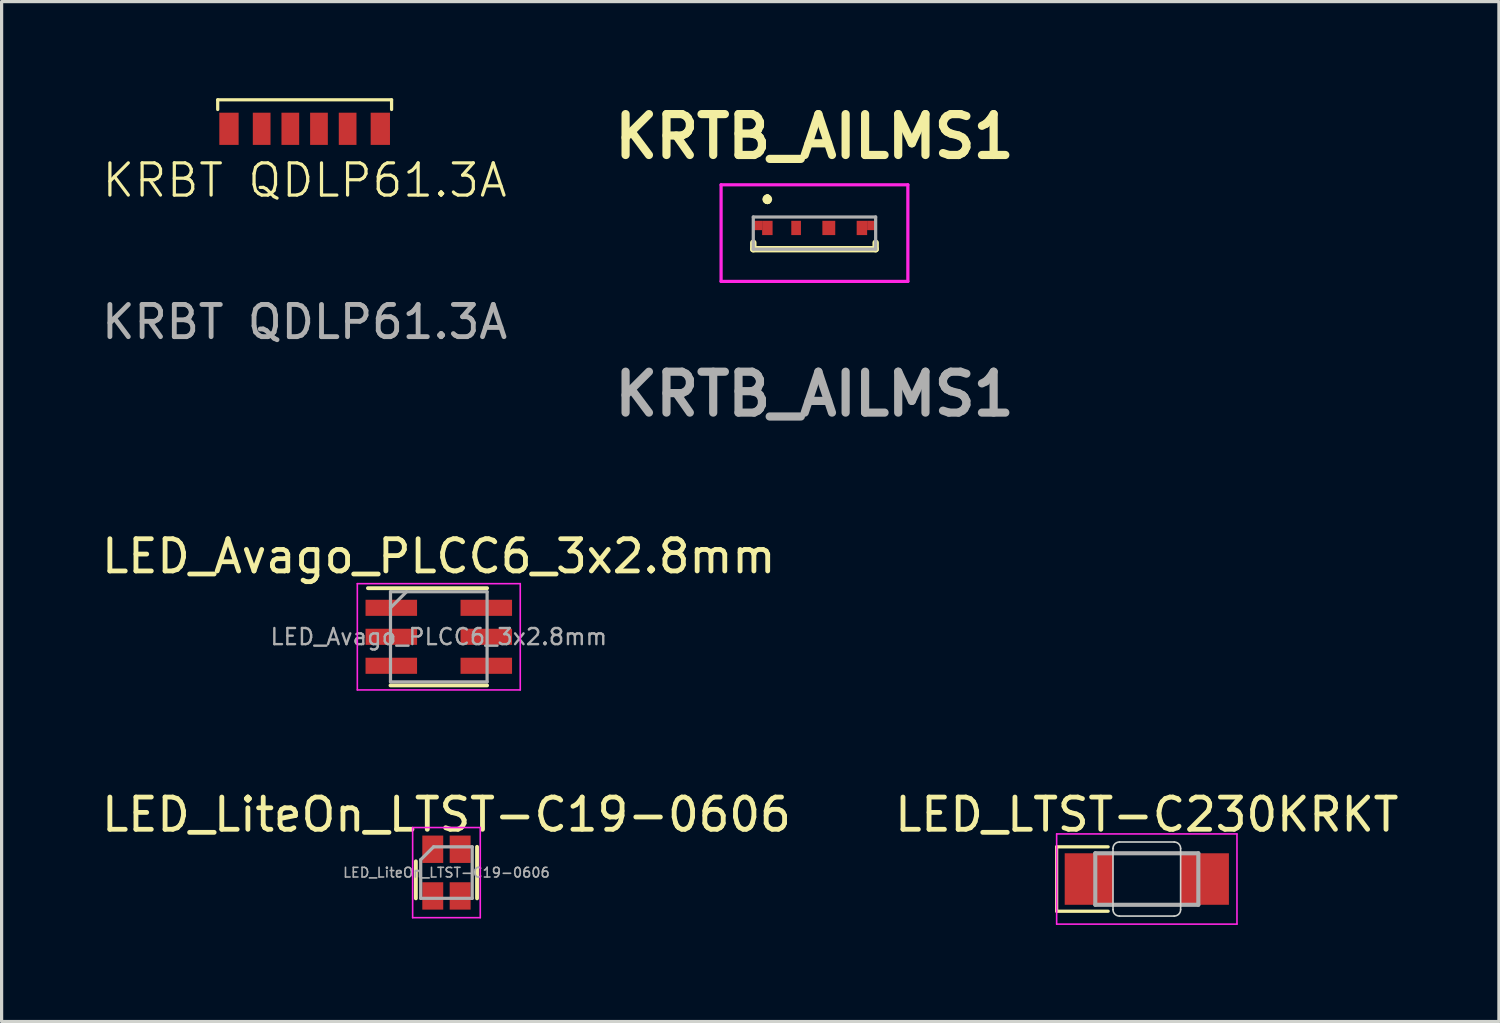
<source format=kicad_pcb>
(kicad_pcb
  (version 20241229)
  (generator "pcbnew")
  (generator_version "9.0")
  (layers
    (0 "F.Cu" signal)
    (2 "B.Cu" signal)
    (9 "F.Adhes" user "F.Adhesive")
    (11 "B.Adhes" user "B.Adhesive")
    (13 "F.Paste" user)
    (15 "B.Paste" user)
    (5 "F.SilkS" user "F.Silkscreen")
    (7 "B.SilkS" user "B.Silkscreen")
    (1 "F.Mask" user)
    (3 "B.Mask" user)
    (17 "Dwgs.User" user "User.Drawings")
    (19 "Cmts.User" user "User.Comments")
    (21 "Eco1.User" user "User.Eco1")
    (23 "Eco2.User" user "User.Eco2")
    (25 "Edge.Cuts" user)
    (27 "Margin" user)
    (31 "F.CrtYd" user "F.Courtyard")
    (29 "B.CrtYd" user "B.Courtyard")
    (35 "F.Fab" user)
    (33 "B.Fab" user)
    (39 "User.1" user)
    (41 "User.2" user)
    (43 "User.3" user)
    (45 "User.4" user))
  (footprint "LED_LTST-C230KRKT"
    (layer "F.Cu")
    (at 32.565 24.249)
    (property "Reference" "LED_LTST-C230KRKT" (at 0 -2 0) (layer "F.SilkS") (effects (font (size 1 1) (thickness 0.15))))
    (attr smd)
    (fp_line (start -2.8 -1) (end -2.8 1) (stroke (width 0.1) (type default)) (layer "F.SilkS"))
    (fp_line (start -2.8 1) (end -1.2 1) (stroke (width 0.1) (type default)) (layer "F.SilkS"))
    (fp_line (start -1.2 -1) (end -2.8 -1) (stroke (width 0.1) (type default)) (layer "F.SilkS"))
    (fp_line (start -1.05 0.95) (end -1.05 -0.95) (stroke (width 0.05) (type solid)) (layer "Edge.Cuts"))
    (fp_line (start -0.85 -1.15) (end 0.85 -1.15) (stroke (width 0.05) (type solid)) (layer "Edge.Cuts"))
    (fp_line (start 0.85 1.15) (end -0.85 1.15) (stroke (width 0.05) (type solid)) (layer "Edge.Cuts"))
    (fp_line (start 1.05 -0.95) (end 1.05 0.95) (stroke (width 0.05) (type solid)) (layer "Edge.Cuts"))
    (fp_arc (start -1.05 -0.95) (mid -0.991422 -1.091422) (end -0.85 -1.15) (stroke (width 0.05) (type default)) (layer "Edge.Cuts"))
    (fp_arc (start -0.85 1.15) (mid -0.991421 1.091421) (end -1.05 0.95) (stroke (width 0.05) (type solid)) (layer "Edge.Cuts"))
    (fp_arc (start 0.85 -1.15) (mid 0.991421 -1.091421) (end 1.05 -0.95) (stroke (width 0.05) (type solid)) (layer "Edge.Cuts"))
    (fp_arc (start 1.05 0.95) (mid 0.991421 1.091421) (end 0.85 1.15) (stroke (width 0.05) (type solid)) (layer "Edge.Cuts"))
    (fp_line (start -2.8 -1.4) (end 2.8 -1.4) (stroke (width 0.05) (type solid)) (layer "F.CrtYd"))
    (fp_line (start -2.8 1.4) (end -2.8 -1.4) (stroke (width 0.05) (type solid)) (layer "F.CrtYd"))
    (fp_line (start 2.8 -1.4) (end 2.8 1.4) (stroke (width 0.05) (type solid)) (layer "F.CrtYd"))
    (fp_line (start 2.8 1.4) (end -2.8 1.4) (stroke (width 0.05) (type solid)) (layer "F.CrtYd"))
    (fp_line (start -1.6 -0.8) (end 1.6 -0.8) (stroke (width 0.127) (type solid)) (layer "F.Fab"))
    (fp_line (start -1.6 0.8) (end -1.6 -0.8) (stroke (width 0.127) (type solid)) (layer "F.Fab"))
    (fp_line (start 1.6 -0.8) (end 1.6 0.8) (stroke (width 0.127) (type solid)) (layer "F.Fab"))
    (fp_line (start 1.6 0.8) (end -1.6 0.8) (stroke (width 0.127) (type solid)) (layer "F.Fab"))
    (pad "A" smd rect (at 1.8 0) (size 1.5 1.6) (layers "F.Cu" "F.Mask" "F.Paste"))
    (pad "K" smd rect (at -1.8 0) (size 1.5 1.6) (layers "F.Cu" "F.Mask" "F.Paste")))
  (footprint "LED_Avago_PLCC6_3x2.8mm"
    (layer "F.Cu")
    (at 10.577 16.726)
    (property "Reference" "LED_Avago_PLCC6_3x2.8mm" (at 0 -2.5 0) (layer "F.SilkS") (effects (font (size 1 1) (thickness 0.15))))
    (attr smd)
    (fp_line (start -2.2 -1.51) (end 1.5 -1.51) (stroke (width 0.12) (type solid)) (layer "F.SilkS"))
    (fp_line (start -1.5 1.51) (end 1.5 1.51) (stroke (width 0.12) (type solid)) (layer "F.SilkS"))
    (fp_line (start -2.53 -1.65) (end -2.53 1.65) (stroke (width 0.05) (type solid)) (layer "F.CrtYd"))
    (fp_line (start -2.53 -1.65) (end 2.53 -1.65) (stroke (width 0.05) (type solid)) (layer "F.CrtYd"))
    (fp_line (start -2.53 1.65) (end 2.53 1.65) (stroke (width 0.05) (type solid)) (layer "F.CrtYd"))
    (fp_line (start 2.53 -1.65) (end 2.53 1.65) (stroke (width 0.05) (type solid)) (layer "F.CrtYd"))
    (fp_line (start -1.5 -1.4) (end -1.5 1.4) (stroke (width 0.1) (type solid)) (layer "F.Fab"))
    (fp_line (start -1.5 -1.4) (end 1.5 -1.4) (stroke (width 0.1) (type solid)) (layer "F.Fab"))
    (fp_line (start -1.5 -0.9) (end -1 -1.4) (stroke (width 0.1) (type solid)) (layer "F.Fab"))
    (fp_line (start -1.5 1.4) (end 1.5 1.4) (stroke (width 0.1) (type solid)) (layer "F.Fab"))
    (fp_line (start 1.5 -1.4) (end 1.5 1.4) (stroke (width 0.1) (type solid)) (layer "F.Fab"))
    (fp_text user "${REFERENCE}" (at 0 0 0) (layer "F.Fab") (effects (font (size 0.5 0.5) (thickness 0.075))))
    (pad "1" smd rect (at -1.475 -0.9) (size 1.6 0.5) (layers "F.Cu" "F.Mask" "F.Paste"))
    (pad "2" smd rect (at -1.475 0) (size 1.6 0.5) (layers "F.Cu" "F.Mask" "F.Paste"))
    (pad "3" smd rect (at -1.475 0.9) (size 1.6 0.5) (layers "F.Cu" "F.Mask" "F.Paste"))
    (pad "4" smd rect (at 1.475 0.9) (size 1.6 0.5) (layers "F.Cu" "F.Mask" "F.Paste"))
    (pad "5" smd rect (at 1.475 0) (size 1.6 0.5) (layers "F.Cu" "F.Mask" "F.Paste"))
    (pad "6" smd rect (at 1.475 -0.9) (size 1.6 0.5) (layers "F.Cu" "F.Mask" "F.Paste")))
  (footprint "KRBT QDLP61.3A"
    (layer "F.Cu")
    (at 6.411 0.95)
    (property "Reference" "KRBT QDLP61.3A" (at 0 1.6 0) (unlocked yes) (layer "F.SilkS") (effects (font (size 1 1) (thickness 0.1))))
    (attr smd)
    (fp_line (start -2.7 -0.9) (end 2.7 -0.9) (stroke (width 0.1) (type default)) (layer "F.SilkS"))
    (fp_line (start -2.7 -0.6) (end -2.7 -0.9) (stroke (width 0.1) (type default)) (layer "F.SilkS"))
    (fp_line (start 2.7 -0.9) (end 2.7 -0.6) (stroke (width 0.1) (type default)) (layer "F.SilkS"))
    (fp_text user "${REFERENCE}" (at 0 6 0) (unlocked yes) (layer "F.Fab") (effects (font (size 1 1) (thickness 0.15))))
    (pad "1" smd rect (at -2.35 0) (size 0.6 1) (layers "F.Cu" "F.Mask" "F.Paste"))
    (pad "2" smd rect (at -1.335 0) (size 0.55 1) (layers "F.Cu" "F.Mask" "F.Paste"))
    (pad "3" smd rect (at -0.445 0) (size 0.55 1) (layers "F.Cu" "F.Mask" "F.Paste"))
    (pad "4" smd rect (at 0.445 0 180) (size 0.55 1) (layers "F.Cu" "F.Mask" "F.Paste"))
    (pad "5" smd rect (at 1.335 0 180) (size 0.55 1) (layers "F.Cu" "F.Mask" "F.Paste"))
    (pad "6" smd rect (at 2.35 0 180) (size 0.6 1) (layers "F.Cu" "F.Mask" "F.Paste"))
    (zone (net_name "") (layer "F.Mask") (hatch edge 0.5) (connect_pads) (min_thickness 0.25) (filled_areas_thickness no) (keepout (tracks not_allowed) (vias not_allowed) (pads not_allowed) (copperpour allowed) (footprints allowed)) (placement (enabled no)) (fill) (polygon (pts (xy 3.711 0.4) (xy 9.111 0.4) (xy 9.111 1.5) (xy 3.711 1.5)))))
  (footprint "LED_LiteOn_LTST-C19-0606"
    (layer "F.Cu")
    (at 10.815 24.049)
    (property "Reference" "LED_LiteOn_LTST-C19-0606" (at 0 -1.8 0) (layer "F.SilkS") (effects (font (size 1 1) (thickness 0.15))))
    (attr smd)
    (fp_line (start -0.95 -0.35) (end -0.95 0.8) (stroke (width 0.12) (type solid)) (layer "F.SilkS"))
    (fp_line (start 0.95 -0.8) (end 0.95 0.8) (stroke (width 0.12) (type solid)) (layer "F.SilkS"))
    (fp_line (start -1.05 -1.4) (end 1.05 -1.4) (stroke (width 0.05) (type solid)) (layer "F.CrtYd"))
    (fp_line (start -1.05 1.4) (end -1.05 -1.4) (stroke (width 0.05) (type solid)) (layer "F.CrtYd"))
    (fp_line (start 1.05 -1.4) (end 1.05 1.4) (stroke (width 0.05) (type solid)) (layer "F.CrtYd"))
    (fp_line (start 1.05 1.4) (end -1.05 1.4) (stroke (width 0.05) (type solid)) (layer "F.CrtYd"))
    (fp_line (start -0.8 -0.4) (end -0.8 0.8) (stroke (width 0.1) (type solid)) (layer "F.Fab"))
    (fp_line (start -0.8 0.8) (end 0.8 0.8) (stroke (width 0.1) (type solid)) (layer "F.Fab"))
    (fp_line (start -0.4 -0.8) (end -0.8 -0.4) (stroke (width 0.1) (type solid)) (layer "F.Fab"))
    (fp_line (start 0.8 -0.8) (end -0.4 -0.8) (stroke (width 0.1) (type solid)) (layer "F.Fab"))
    (fp_line (start 0.8 0.8) (end 0.8 -0.8) (stroke (width 0.1) (type solid)) (layer "F.Fab"))
    (fp_text user "${REFERENCE}" (at 0 0 0) (layer "F.Fab") (effects (font (size 0.3 0.3) (thickness 0.05))))
    (pad "1" smd rect (at 0.425 -0.725) (size 0.65 0.85) (layers "F.Cu" "F.Mask" "F.Paste"))
    (pad "2" smd rect (at -0.425 -0.725) (size 0.65 0.85) (layers "F.Cu" "F.Mask" "F.Paste"))
    (pad "3" smd rect (at 0.425 0.725) (size 0.65 0.85) (layers "F.Cu" "F.Mask" "F.Paste"))
    (pad "4" smd rect (at -0.425 0.725) (size 0.65 0.85) (layers "F.Cu" "F.Mask" "F.Paste")))
  (footprint "KRTB_AILMS1"
    (layer "F.Cu")
    (at 22.244 4.189)
    (property "Reference" "KRTB_AILMS1" (at 0 -3 0) (layer "F.SilkS") (effects (font (size 1.27 1.27) (thickness 0.254))))
    (attr smd)
    (fp_line (start -1.9 0.3) (end -1.9 0.5) (stroke (width 0.2) (type solid)) (layer "F.SilkS"))
    (fp_line (start -1.9 0.5) (end 1.9 0.5) (stroke (width 0.2) (type solid)) (layer "F.SilkS"))
    (fp_line (start -1.463 -1.1) (end -1.463 -1.1) (stroke (width 0.2) (type solid)) (layer "F.SilkS"))
    (fp_line (start -1.463 -1.1) (end -1.463 -1.1) (stroke (width 0.2) (type solid)) (layer "F.SilkS"))
    (fp_line (start -1.463 -1) (end -1.463 -1) (stroke (width 0.2) (type solid)) (layer "F.SilkS"))
    (fp_line (start 1.9 0.5) (end 1.9 0.3) (stroke (width 0.2) (type solid)) (layer "F.SilkS"))
    (fp_arc (start -1.463 -1.1) (mid -1.413 -1.05) (end -1.463 -1) (stroke (width 0.2) (type solid)) (layer "F.SilkS"))
    (fp_arc (start -1.463 -1) (mid -1.513 -1.05) (end -1.463 -1.1) (stroke (width 0.2) (type solid)) (layer "F.SilkS"))
    (fp_arc (start -1.463 -1) (mid -1.513 -1.05) (end -1.463 -1.1) (stroke (width 0.2) (type solid)) (layer "F.SilkS"))
    (fp_line (start -2.9 -1.5) (end 2.9 -1.5) (stroke (width 0.1) (type solid)) (layer "F.CrtYd"))
    (fp_line (start -2.9 1.5) (end -2.9 -1.5) (stroke (width 0.1) (type solid)) (layer "F.CrtYd"))
    (fp_line (start 2.9 -1.5) (end 2.9 1.5) (stroke (width 0.1) (type solid)) (layer "F.CrtYd"))
    (fp_line (start 2.9 1.5) (end -2.9 1.5) (stroke (width 0.1) (type solid)) (layer "F.CrtYd"))
    (fp_line (start -1.9 -0.5) (end -1.9 0.5) (stroke (width 0.1) (type solid)) (layer "F.Fab"))
    (fp_line (start -1.9 0.5) (end 1.9 0.5) (stroke (width 0.1) (type solid)) (layer "F.Fab"))
    (fp_line (start 1.9 -0.5) (end -1.9 -0.5) (stroke (width 0.1) (type solid)) (layer "F.Fab"))
    (fp_line (start 1.9 0.5) (end 1.9 -0.5) (stroke (width 0.1) (type solid)) (layer "F.Fab"))
    (fp_text user "${REFERENCE}" (at 0 5 0) (layer "F.Fab") (effects (font (size 1.27 1.27) (thickness 0.254))))
    (pad "1" smd rect (at -1.758 -0.237) (size 0.265 0.29) (layers "F.Cu" "F.Mask" "F.Paste"))
    (pad "1" smd rect (at -1.463 -0.16) (size 0.325 0.443) (layers "F.Cu" "F.Mask" "F.Paste"))
    (pad "2" smd rect (at -0.57 -0.16) (size 0.3 0.443) (layers "F.Cu" "F.Mask" "F.Paste"))
    (pad "3" smd rect (at 0.445 -0.16) (size 0.4 0.443) (layers "F.Cu" "F.Mask" "F.Paste"))
    (pad "4" smd rect (at 1.473 -0.16) (size 0.325 0.443) (layers "F.Cu" "F.Mask" "F.Paste"))
    (pad "4" smd rect (at 1.768 -0.237) (size 0.265 0.29) (layers "F.Cu" "F.Mask" "F.Paste")))
  (gr_rect
    (start -3 -3)
    (end 43.5 28.674)
    (stroke (width 0.1) (type default))
    (fill no)
    (layer "Edge.Cuts")))
</source>
